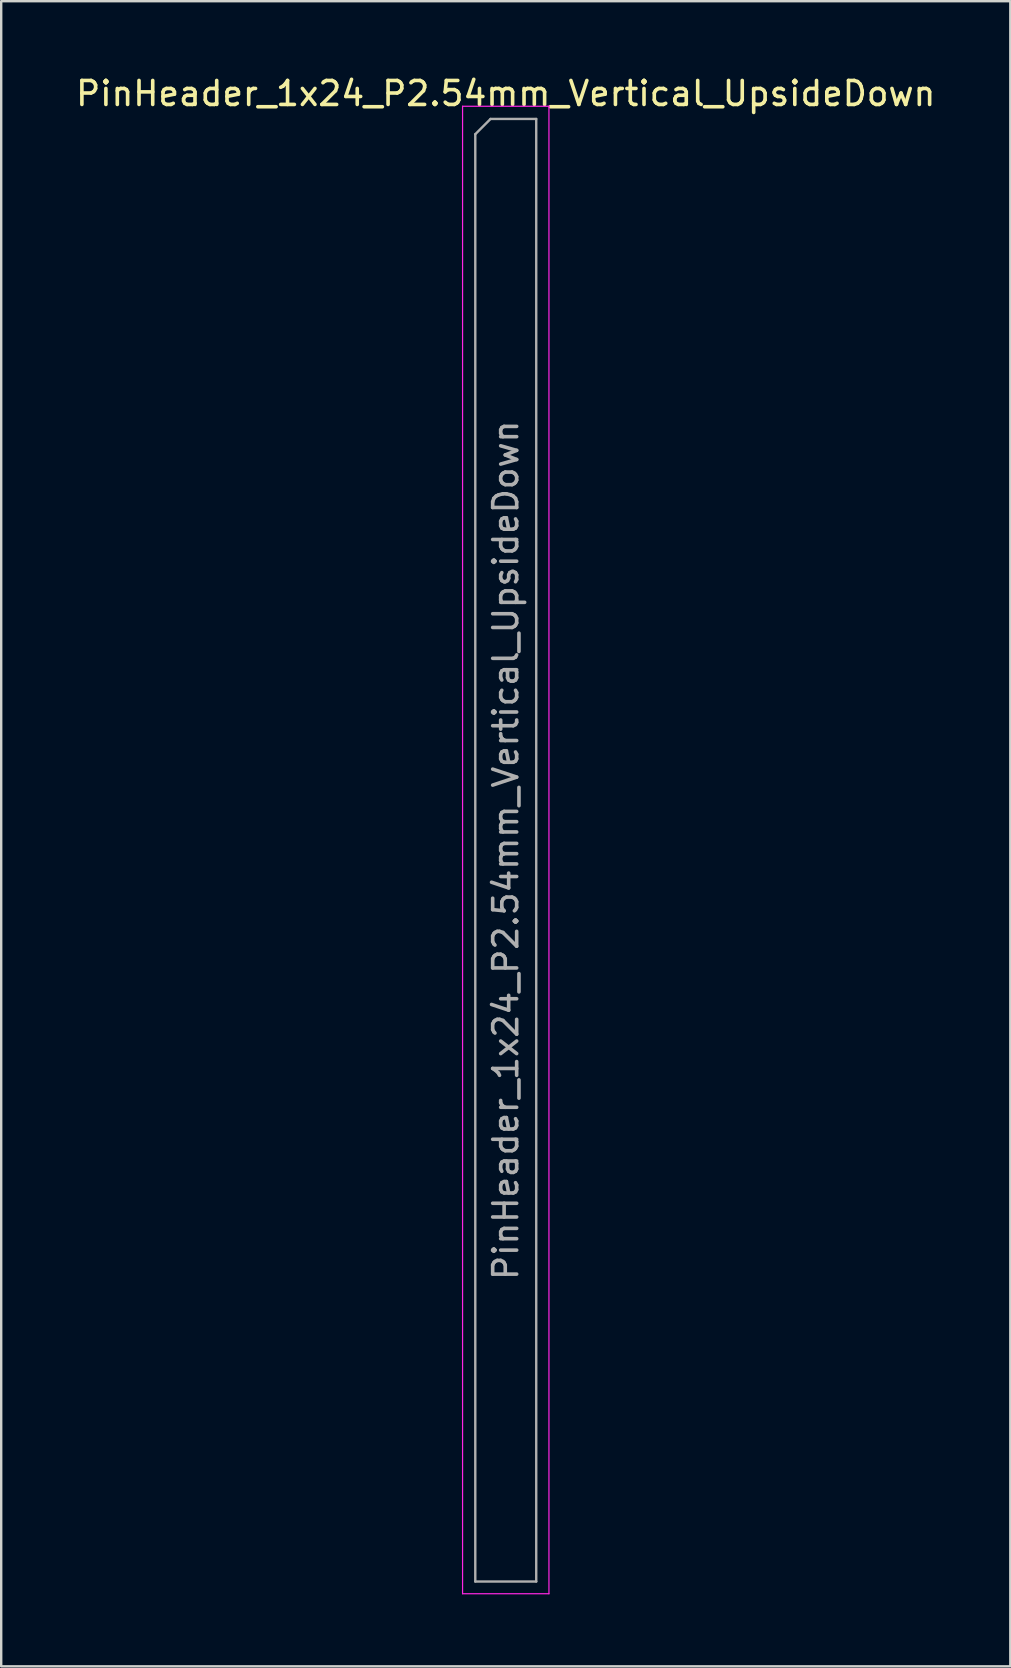
<source format=kicad_pcb>
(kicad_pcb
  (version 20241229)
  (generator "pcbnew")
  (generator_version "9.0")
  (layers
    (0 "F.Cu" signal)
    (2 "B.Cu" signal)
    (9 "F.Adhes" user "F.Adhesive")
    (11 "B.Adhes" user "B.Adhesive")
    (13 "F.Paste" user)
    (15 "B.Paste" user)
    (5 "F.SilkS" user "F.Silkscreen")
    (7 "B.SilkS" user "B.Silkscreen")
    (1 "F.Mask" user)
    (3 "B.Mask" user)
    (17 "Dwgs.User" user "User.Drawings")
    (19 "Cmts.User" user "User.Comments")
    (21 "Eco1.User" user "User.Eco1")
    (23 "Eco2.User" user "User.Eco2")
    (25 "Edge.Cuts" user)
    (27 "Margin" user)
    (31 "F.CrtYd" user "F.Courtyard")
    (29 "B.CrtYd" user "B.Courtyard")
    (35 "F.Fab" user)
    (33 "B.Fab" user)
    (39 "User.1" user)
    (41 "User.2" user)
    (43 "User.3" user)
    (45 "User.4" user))
  (footprint "PinHeader_1x24_P2.54mm_Vertical_UpsideDown"
    (layer "F.Cu")
    (at 18.03 3.178)
    (property "Reference" "PinHeader_1x24_P2.54mm_Vertical_UpsideDown" (at 0 -2.33 0) (layer "F.SilkS") (effects (font (size 1 1) (thickness 0.15))))
    (attr through_hole)
    (fp_line (start -1.8 -1.8) (end -1.8 60.2) (stroke (width 0.05) (type solid)) (layer "F.CrtYd"))
    (fp_line (start -1.8 60.2) (end 1.8 60.2) (stroke (width 0.05) (type solid)) (layer "F.CrtYd"))
    (fp_line (start 1.8 -1.8) (end -1.8 -1.8) (stroke (width 0.05) (type solid)) (layer "F.CrtYd"))
    (fp_line (start 1.8 60.2) (end 1.8 -1.8) (stroke (width 0.05) (type solid)) (layer "F.CrtYd"))
    (fp_line (start -1.27 -0.635) (end -0.635 -1.27) (stroke (width 0.1) (type solid)) (layer "F.Fab"))
    (fp_line (start -1.27 59.69) (end -1.27 -0.635) (stroke (width 0.1) (type solid)) (layer "F.Fab"))
    (fp_line (start -0.635 -1.27) (end 1.27 -1.27) (stroke (width 0.1) (type solid)) (layer "F.Fab"))
    (fp_line (start 1.27 -1.27) (end 1.27 59.69) (stroke (width 0.1) (type solid)) (layer "F.Fab"))
    (fp_line (start 1.27 59.69) (end -1.27 59.69) (stroke (width 0.1) (type solid)) (layer "F.Fab"))
    (fp_text user "${REFERENCE}" (at 0 29.21 90) (layer "F.Fab") (effects (font (size 1 1) (thickness 0.15)))))
  (gr_rect
    (start -3 -3)
    (end 39.06 66.403)
    (stroke (width 0.1) (type default))
    (fill no)
    (layer "Edge.Cuts")))
</source>
